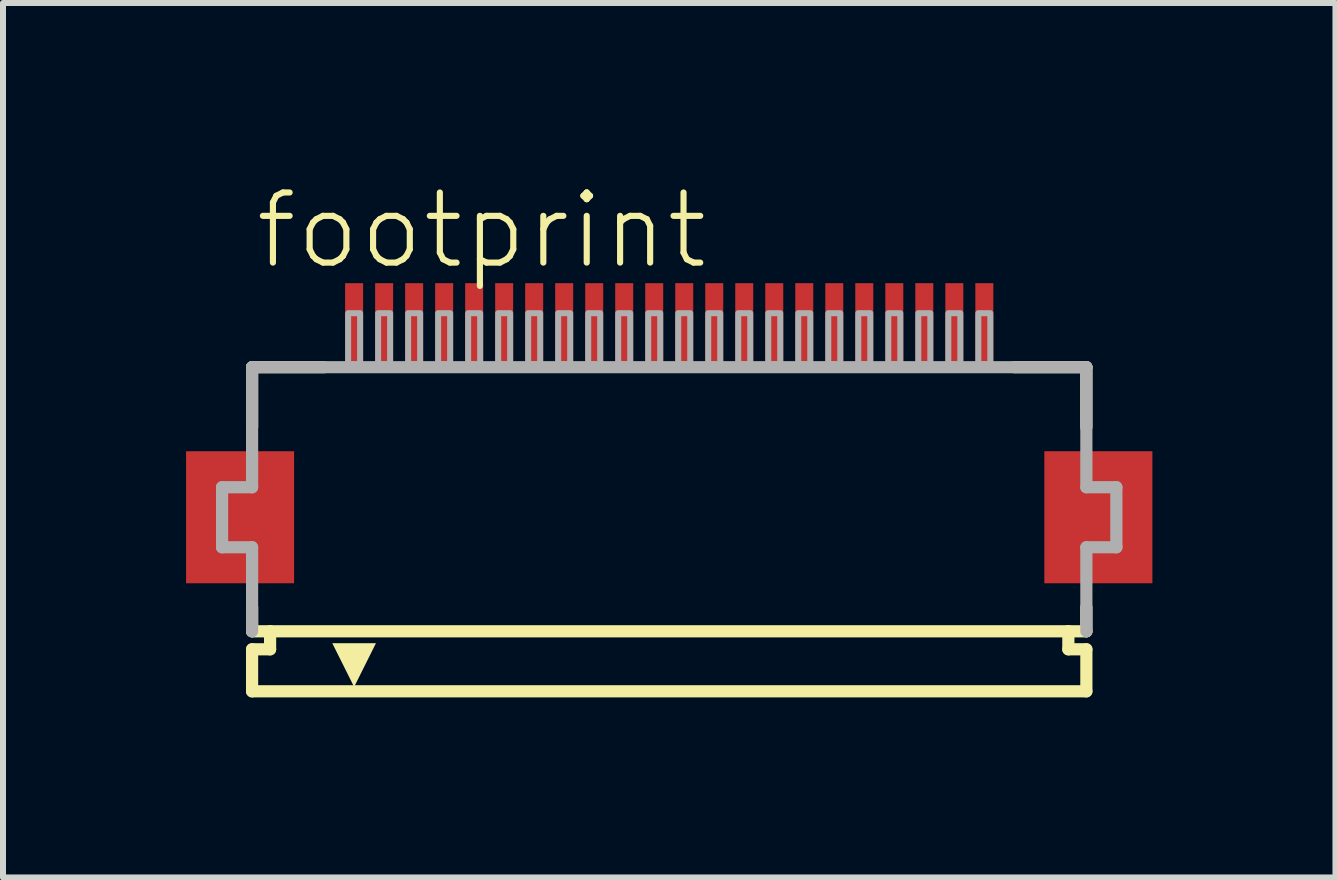
<source format=kicad_pcb>
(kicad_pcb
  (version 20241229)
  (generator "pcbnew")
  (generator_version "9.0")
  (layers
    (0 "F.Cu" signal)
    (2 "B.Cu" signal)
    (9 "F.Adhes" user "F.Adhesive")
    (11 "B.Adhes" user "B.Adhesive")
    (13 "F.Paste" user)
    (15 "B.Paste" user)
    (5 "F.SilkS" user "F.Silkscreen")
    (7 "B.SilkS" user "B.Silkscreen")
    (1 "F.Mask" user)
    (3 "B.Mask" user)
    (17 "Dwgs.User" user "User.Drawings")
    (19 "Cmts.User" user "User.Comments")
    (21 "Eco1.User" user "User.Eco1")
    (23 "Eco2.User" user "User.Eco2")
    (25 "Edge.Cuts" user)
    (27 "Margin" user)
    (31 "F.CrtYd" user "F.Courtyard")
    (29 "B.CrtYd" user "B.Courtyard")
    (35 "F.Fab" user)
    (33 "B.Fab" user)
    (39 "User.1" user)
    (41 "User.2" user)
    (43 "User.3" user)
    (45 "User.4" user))
  (footprint "footprint"
    (layer "F.Cu")
    (at 8.1 5.568)
    (property "Reference" "footprint" (at -6.948 -4.095 0) (layer "F.SilkS") (effects (font (size 1.168 1.168) (thickness 0.102)) (justify left bottom)))
    (fp_poly (pts (xy -6.25 -1.1) (xy -8.05 -1.1) (xy -8.05 1.1) (xy -6.25 1.1)) (stroke (width 0) (type solid)) (fill yes) (layer "F.Cu"))
    (fp_poly (pts (xy 8.05 -1.1) (xy 6.25 -1.1) (xy 6.25 1.1) (xy 8.05 1.1)) (stroke (width 0) (type solid)) (fill yes) (layer "F.Cu"))
    (fp_poly (pts (xy -6.2 -1.175) (xy -8.1 -1.175) (xy -8.1 1.175) (xy -6.2 1.175)) (stroke (width 0) (type solid)) (fill yes) (layer "F.Mask"))
    (fp_poly (pts (xy -5.45 -2.55) (xy -5.05 -2.55) (xy -5.05 -3.95) (xy -5.45 -3.95)) (stroke (width 0) (type solid)) (fill yes) (layer "F.Mask"))
    (fp_poly (pts (xy -4.95 -2.55) (xy -4.55 -2.55) (xy -4.55 -3.95) (xy -4.95 -3.95)) (stroke (width 0) (type solid)) (fill yes) (layer "F.Mask"))
    (fp_poly (pts (xy -4.45 -2.55) (xy -4.05 -2.55) (xy -4.05 -3.95) (xy -4.45 -3.95)) (stroke (width 0) (type solid)) (fill yes) (layer "F.Mask"))
    (fp_poly (pts (xy -3.95 -2.55) (xy -3.55 -2.55) (xy -3.55 -3.95) (xy -3.95 -3.95)) (stroke (width 0) (type solid)) (fill yes) (layer "F.Mask"))
    (fp_poly (pts (xy -3.45 -2.55) (xy -3.05 -2.55) (xy -3.05 -3.95) (xy -3.45 -3.95)) (stroke (width 0) (type solid)) (fill yes) (layer "F.Mask"))
    (fp_poly (pts (xy -2.95 -2.55) (xy -2.55 -2.55) (xy -2.55 -3.95) (xy -2.95 -3.95)) (stroke (width 0) (type solid)) (fill yes) (layer "F.Mask"))
    (fp_poly (pts (xy -2.45 -2.55) (xy -2.05 -2.55) (xy -2.05 -3.95) (xy -2.45 -3.95)) (stroke (width 0) (type solid)) (fill yes) (layer "F.Mask"))
    (fp_poly (pts (xy -1.95 -2.55) (xy -1.55 -2.55) (xy -1.55 -3.95) (xy -1.95 -3.95)) (stroke (width 0) (type solid)) (fill yes) (layer "F.Mask"))
    (fp_poly (pts (xy -1.45 -2.55) (xy -1.05 -2.55) (xy -1.05 -3.95) (xy -1.45 -3.95)) (stroke (width 0) (type solid)) (fill yes) (layer "F.Mask"))
    (fp_poly (pts (xy -0.95 -2.55) (xy -0.55 -2.55) (xy -0.55 -3.95) (xy -0.95 -3.95)) (stroke (width 0) (type solid)) (fill yes) (layer "F.Mask"))
    (fp_poly (pts (xy -0.45 -2.55) (xy -0.05 -2.55) (xy -0.05 -3.95) (xy -0.45 -3.95)) (stroke (width 0) (type solid)) (fill yes) (layer "F.Mask"))
    (fp_poly (pts (xy 0.05 -2.55) (xy 0.45 -2.55) (xy 0.45 -3.95) (xy 0.05 -3.95)) (stroke (width 0) (type solid)) (fill yes) (layer "F.Mask"))
    (fp_poly (pts (xy 0.55 -2.55) (xy 0.95 -2.55) (xy 0.95 -3.95) (xy 0.55 -3.95)) (stroke (width 0) (type solid)) (fill yes) (layer "F.Mask"))
    (fp_poly (pts (xy 1.05 -2.55) (xy 1.45 -2.55) (xy 1.45 -3.95) (xy 1.05 -3.95)) (stroke (width 0) (type solid)) (fill yes) (layer "F.Mask"))
    (fp_poly (pts (xy 1.55 -2.55) (xy 1.95 -2.55) (xy 1.95 -3.95) (xy 1.55 -3.95)) (stroke (width 0) (type solid)) (fill yes) (layer "F.Mask"))
    (fp_poly (pts (xy 2.05 -2.55) (xy 2.45 -2.55) (xy 2.45 -3.95) (xy 2.05 -3.95)) (stroke (width 0) (type solid)) (fill yes) (layer "F.Mask"))
    (fp_poly (pts (xy 2.55 -2.55) (xy 2.95 -2.55) (xy 2.95 -3.95) (xy 2.55 -3.95)) (stroke (width 0) (type solid)) (fill yes) (layer "F.Mask"))
    (fp_poly (pts (xy 3.05 -2.55) (xy 3.45 -2.55) (xy 3.45 -3.95) (xy 3.05 -3.95)) (stroke (width 0) (type solid)) (fill yes) (layer "F.Mask"))
    (fp_poly (pts (xy 3.55 -2.55) (xy 3.95 -2.55) (xy 3.95 -3.95) (xy 3.55 -3.95)) (stroke (width 0) (type solid)) (fill yes) (layer "F.Mask"))
    (fp_poly (pts (xy 4.05 -2.55) (xy 4.45 -2.55) (xy 4.45 -3.95) (xy 4.05 -3.95)) (stroke (width 0) (type solid)) (fill yes) (layer "F.Mask"))
    (fp_poly (pts (xy 4.55 -2.55) (xy 4.95 -2.55) (xy 4.95 -3.95) (xy 4.55 -3.95)) (stroke (width 0) (type solid)) (fill yes) (layer "F.Mask"))
    (fp_poly (pts (xy 5.05 -2.55) (xy 5.45 -2.55) (xy 5.45 -3.95) (xy 5.05 -3.95)) (stroke (width 0) (type solid)) (fill yes) (layer "F.Mask"))
    (fp_poly (pts (xy 8.1 -1.175) (xy 6.2 -1.175) (xy 6.2 1.175) (xy 8.1 1.175)) (stroke (width 0) (type solid)) (fill yes) (layer "F.Mask"))
    (fp_line (start -6.95 -2.5) (end -6.95 -1.5) (stroke (width 0.203) (type solid)) (layer "F.SilkS"))
    (fp_line (start -6.95 1.5) (end -6.95 1.9) (stroke (width 0.203) (type solid)) (layer "F.SilkS"))
    (fp_line (start -6.95 1.9) (end -6.65 1.9) (stroke (width 0.203) (type solid)) (layer "F.SilkS"))
    (fp_line (start -6.95 2.2) (end -6.95 2.9) (stroke (width 0.203) (type solid)) (layer "F.SilkS"))
    (fp_line (start -6.65 1.9) (end -6.65 2.2) (stroke (width 0.203) (type solid)) (layer "F.SilkS"))
    (fp_line (start -6.65 2.2) (end -6.95 2.2) (stroke (width 0.203) (type solid)) (layer "F.SilkS"))
    (fp_line (start -5.75 -2.5) (end -6.95 -2.5) (stroke (width 0.203) (type solid)) (layer "F.SilkS"))
    (fp_line (start 6.65 1.9) (end -6.65 1.9) (stroke (width 0.203) (type solid)) (layer "F.SilkS"))
    (fp_line (start 6.65 1.9) (end 6.95 1.9) (stroke (width 0.203) (type solid)) (layer "F.SilkS"))
    (fp_line (start 6.65 2.2) (end 6.65 1.9) (stroke (width 0.203) (type solid)) (layer "F.SilkS"))
    (fp_line (start 6.95 -2.5) (end 5.75 -2.5) (stroke (width 0.203) (type solid)) (layer "F.SilkS"))
    (fp_line (start 6.95 -1.5) (end 6.95 -2.5) (stroke (width 0.203) (type solid)) (layer "F.SilkS"))
    (fp_line (start 6.95 1.9) (end 6.95 1.5) (stroke (width 0.203) (type solid)) (layer "F.SilkS"))
    (fp_line (start 6.95 2.2) (end 6.65 2.2) (stroke (width 0.203) (type solid)) (layer "F.SilkS"))
    (fp_line (start 6.95 2.9) (end -6.95 2.9) (stroke (width 0.203) (type solid)) (layer "F.SilkS"))
    (fp_line (start 6.95 2.9) (end 6.95 2.2) (stroke (width 0.203) (type solid)) (layer "F.SilkS"))
    (fp_poly (pts (xy -5.25 2.827) (xy -5.614 2.098) (xy -4.886 2.098)) (stroke (width 0) (type solid)) (fill yes) (layer "F.SilkS"))
    (fp_poly (pts (xy -6.325 -1.025) (xy -7.975 -1.025) (xy -7.975 1.025) (xy -6.325 1.025)) (stroke (width 0) (type solid)) (fill yes) (layer "F.Paste"))
    (fp_poly (pts (xy -5.375 -2.625) (xy -5.125 -2.625) (xy -5.125 -3.875) (xy -5.375 -3.875)) (stroke (width 0) (type solid)) (fill yes) (layer "F.Paste"))
    (fp_poly (pts (xy -4.875 -2.625) (xy -4.625 -2.625) (xy -4.625 -3.875) (xy -4.875 -3.875)) (stroke (width 0) (type solid)) (fill yes) (layer "F.Paste"))
    (fp_poly (pts (xy -4.375 -2.625) (xy -4.125 -2.625) (xy -4.125 -3.875) (xy -4.375 -3.875)) (stroke (width 0) (type solid)) (fill yes) (layer "F.Paste"))
    (fp_poly (pts (xy -3.875 -2.625) (xy -3.625 -2.625) (xy -3.625 -3.875) (xy -3.875 -3.875)) (stroke (width 0) (type solid)) (fill yes) (layer "F.Paste"))
    (fp_poly (pts (xy -3.375 -2.625) (xy -3.125 -2.625) (xy -3.125 -3.875) (xy -3.375 -3.875)) (stroke (width 0) (type solid)) (fill yes) (layer "F.Paste"))
    (fp_poly (pts (xy -2.875 -2.625) (xy -2.625 -2.625) (xy -2.625 -3.875) (xy -2.875 -3.875)) (stroke (width 0) (type solid)) (fill yes) (layer "F.Paste"))
    (fp_poly (pts (xy -2.375 -2.625) (xy -2.125 -2.625) (xy -2.125 -3.875) (xy -2.375 -3.875)) (stroke (width 0) (type solid)) (fill yes) (layer "F.Paste"))
    (fp_poly (pts (xy -1.875 -2.625) (xy -1.625 -2.625) (xy -1.625 -3.875) (xy -1.875 -3.875)) (stroke (width 0) (type solid)) (fill yes) (layer "F.Paste"))
    (fp_poly (pts (xy -1.375 -2.625) (xy -1.125 -2.625) (xy -1.125 -3.875) (xy -1.375 -3.875)) (stroke (width 0) (type solid)) (fill yes) (layer "F.Paste"))
    (fp_poly (pts (xy -0.875 -2.625) (xy -0.625 -2.625) (xy -0.625 -3.875) (xy -0.875 -3.875)) (stroke (width 0) (type solid)) (fill yes) (layer "F.Paste"))
    (fp_poly (pts (xy -0.375 -2.625) (xy -0.125 -2.625) (xy -0.125 -3.875) (xy -0.375 -3.875)) (stroke (width 0) (type solid)) (fill yes) (layer "F.Paste"))
    (fp_poly (pts (xy 0.125 -2.625) (xy 0.375 -2.625) (xy 0.375 -3.875) (xy 0.125 -3.875)) (stroke (width 0) (type solid)) (fill yes) (layer "F.Paste"))
    (fp_poly (pts (xy 0.625 -2.625) (xy 0.875 -2.625) (xy 0.875 -3.875) (xy 0.625 -3.875)) (stroke (width 0) (type solid)) (fill yes) (layer "F.Paste"))
    (fp_poly (pts (xy 1.125 -2.625) (xy 1.375 -2.625) (xy 1.375 -3.875) (xy 1.125 -3.875)) (stroke (width 0) (type solid)) (fill yes) (layer "F.Paste"))
    (fp_poly (pts (xy 1.625 -2.625) (xy 1.875 -2.625) (xy 1.875 -3.875) (xy 1.625 -3.875)) (stroke (width 0) (type solid)) (fill yes) (layer "F.Paste"))
    (fp_poly (pts (xy 2.125 -2.625) (xy 2.375 -2.625) (xy 2.375 -3.875) (xy 2.125 -3.875)) (stroke (width 0) (type solid)) (fill yes) (layer "F.Paste"))
    (fp_poly (pts (xy 2.625 -2.625) (xy 2.875 -2.625) (xy 2.875 -3.875) (xy 2.625 -3.875)) (stroke (width 0) (type solid)) (fill yes) (layer "F.Paste"))
    (fp_poly (pts (xy 3.125 -2.625) (xy 3.375 -2.625) (xy 3.375 -3.875) (xy 3.125 -3.875)) (stroke (width 0) (type solid)) (fill yes) (layer "F.Paste"))
    (fp_poly (pts (xy 3.625 -2.625) (xy 3.875 -2.625) (xy 3.875 -3.875) (xy 3.625 -3.875)) (stroke (width 0) (type solid)) (fill yes) (layer "F.Paste"))
    (fp_poly (pts (xy 4.125 -2.625) (xy 4.375 -2.625) (xy 4.375 -3.875) (xy 4.125 -3.875)) (stroke (width 0) (type solid)) (fill yes) (layer "F.Paste"))
    (fp_poly (pts (xy 4.625 -2.625) (xy 4.875 -2.625) (xy 4.875 -3.875) (xy 4.625 -3.875)) (stroke (width 0) (type solid)) (fill yes) (layer "F.Paste"))
    (fp_poly (pts (xy 5.125 -2.625) (xy 5.375 -2.625) (xy 5.375 -3.875) (xy 5.125 -3.875)) (stroke (width 0) (type solid)) (fill yes) (layer "F.Paste"))
    (fp_poly (pts (xy 7.975 -1.025) (xy 6.325 -1.025) (xy 6.325 1.025) (xy 7.975 1.025)) (stroke (width 0) (type solid)) (fill yes) (layer "F.Paste"))
    (fp_line (start -7.45 -0.5) (end -7.45 0.5) (stroke (width 0.203) (type solid)) (layer "F.Fab"))
    (fp_line (start -7.45 0.5) (end -6.95 0.5) (stroke (width 0.203) (type solid)) (layer "F.Fab"))
    (fp_line (start -6.95 -2.5) (end -6.95 -0.5) (stroke (width 0.203) (type solid)) (layer "F.Fab"))
    (fp_line (start -6.95 -0.5) (end -7.45 -0.5) (stroke (width 0.203) (type solid)) (layer "F.Fab"))
    (fp_line (start -6.95 0.5) (end -6.95 1.9) (stroke (width 0.203) (type solid)) (layer "F.Fab"))
    (fp_line (start 6.95 -2.5) (end -6.95 -2.5) (stroke (width 0.203) (type solid)) (layer "F.Fab"))
    (fp_line (start 6.95 -0.5) (end 6.95 -2.5) (stroke (width 0.203) (type solid)) (layer "F.Fab"))
    (fp_line (start 6.95 0.5) (end 7.45 0.5) (stroke (width 0.203) (type solid)) (layer "F.Fab"))
    (fp_line (start 6.95 1.9) (end 6.95 0.5) (stroke (width 0.203) (type solid)) (layer "F.Fab"))
    (fp_line (start 7.45 -0.5) (end 6.95 -0.5) (stroke (width 0.203) (type solid)) (layer "F.Fab"))
    (fp_line (start 7.45 0.5) (end 7.45 -0.5) (stroke (width 0.203) (type solid)) (layer "F.Fab"))
    (fp_poly (pts (xy -5.35 -2.55) (xy -5.15 -2.55) (xy -5.15 -3.4) (xy -5.35 -3.4)) (stroke (width 0.1) (type solid)) (fill no) (layer "F.Fab"))
    (fp_poly (pts (xy -4.85 -2.55) (xy -4.65 -2.55) (xy -4.65 -3.4) (xy -4.85 -3.4)) (stroke (width 0.1) (type solid)) (fill no) (layer "F.Fab"))
    (fp_poly (pts (xy -4.35 -2.55) (xy -4.15 -2.55) (xy -4.15 -3.4) (xy -4.35 -3.4)) (stroke (width 0.1) (type solid)) (fill no) (layer "F.Fab"))
    (fp_poly (pts (xy -3.85 -2.55) (xy -3.65 -2.55) (xy -3.65 -3.4) (xy -3.85 -3.4)) (stroke (width 0.1) (type solid)) (fill no) (layer "F.Fab"))
    (fp_poly (pts (xy -3.35 -2.55) (xy -3.15 -2.55) (xy -3.15 -3.4) (xy -3.35 -3.4)) (stroke (width 0.1) (type solid)) (fill no) (layer "F.Fab"))
    (fp_poly (pts (xy -2.85 -2.55) (xy -2.65 -2.55) (xy -2.65 -3.4) (xy -2.85 -3.4)) (stroke (width 0.1) (type solid)) (fill no) (layer "F.Fab"))
    (fp_poly (pts (xy -2.35 -2.55) (xy -2.15 -2.55) (xy -2.15 -3.4) (xy -2.35 -3.4)) (stroke (width 0.1) (type solid)) (fill no) (layer "F.Fab"))
    (fp_poly (pts (xy -1.85 -2.55) (xy -1.65 -2.55) (xy -1.65 -3.4) (xy -1.85 -3.4)) (stroke (width 0.1) (type solid)) (fill no) (layer "F.Fab"))
    (fp_poly (pts (xy -1.35 -2.55) (xy -1.15 -2.55) (xy -1.15 -3.4) (xy -1.35 -3.4)) (stroke (width 0.1) (type solid)) (fill no) (layer "F.Fab"))
    (fp_poly (pts (xy -0.85 -2.55) (xy -0.65 -2.55) (xy -0.65 -3.4) (xy -0.85 -3.4)) (stroke (width 0.1) (type solid)) (fill no) (layer "F.Fab"))
    (fp_poly (pts (xy -0.35 -2.55) (xy -0.15 -2.55) (xy -0.15 -3.4) (xy -0.35 -3.4)) (stroke (width 0.1) (type solid)) (fill no) (layer "F.Fab"))
    (fp_poly (pts (xy 0.15 -2.55) (xy 0.35 -2.55) (xy 0.35 -3.4) (xy 0.15 -3.4)) (stroke (width 0.1) (type solid)) (fill no) (layer "F.Fab"))
    (fp_poly (pts (xy 0.65 -2.55) (xy 0.85 -2.55) (xy 0.85 -3.4) (xy 0.65 -3.4)) (stroke (width 0.1) (type solid)) (fill no) (layer "F.Fab"))
    (fp_poly (pts (xy 1.15 -2.55) (xy 1.35 -2.55) (xy 1.35 -3.4) (xy 1.15 -3.4)) (stroke (width 0.1) (type solid)) (fill no) (layer "F.Fab"))
    (fp_poly (pts (xy 1.65 -2.55) (xy 1.85 -2.55) (xy 1.85 -3.4) (xy 1.65 -3.4)) (stroke (width 0.1) (type solid)) (fill no) (layer "F.Fab"))
    (fp_poly (pts (xy 2.15 -2.55) (xy 2.35 -2.55) (xy 2.35 -3.4) (xy 2.15 -3.4)) (stroke (width 0.1) (type solid)) (fill no) (layer "F.Fab"))
    (fp_poly (pts (xy 2.65 -2.55) (xy 2.85 -2.55) (xy 2.85 -3.4) (xy 2.65 -3.4)) (stroke (width 0.1) (type solid)) (fill no) (layer "F.Fab"))
    (fp_poly (pts (xy 3.15 -2.55) (xy 3.35 -2.55) (xy 3.35 -3.4) (xy 3.15 -3.4)) (stroke (width 0.1) (type solid)) (fill no) (layer "F.Fab"))
    (fp_poly (pts (xy 3.65 -2.55) (xy 3.85 -2.55) (xy 3.85 -3.4) (xy 3.65 -3.4)) (stroke (width 0.1) (type solid)) (fill no) (layer "F.Fab"))
    (fp_poly (pts (xy 4.15 -2.55) (xy 4.35 -2.55) (xy 4.35 -3.4) (xy 4.15 -3.4)) (stroke (width 0.1) (type solid)) (fill no) (layer "F.Fab"))
    (fp_poly (pts (xy 4.65 -2.55) (xy 4.85 -2.55) (xy 4.85 -3.4) (xy 4.65 -3.4)) (stroke (width 0.1) (type solid)) (fill no) (layer "F.Fab"))
    (fp_poly (pts (xy 5.15 -2.55) (xy 5.35 -2.55) (xy 5.35 -3.4) (xy 5.15 -3.4)) (stroke (width 0.1) (type solid)) (fill no) (layer "F.Fab"))
    (pad "1" smd rect (at -5.25 -3.25) (size 0.3 1.3) (layers "F.Cu"))
    (pad "2" smd rect (at -4.75 -3.25) (size 0.3 1.3) (layers "F.Cu"))
    (pad "3" smd rect (at -4.25 -3.25) (size 0.3 1.3) (layers "F.Cu"))
    (pad "4" smd rect (at -3.75 -3.25) (size 0.3 1.3) (layers "F.Cu"))
    (pad "5" smd rect (at -3.25 -3.25) (size 0.3 1.3) (layers "F.Cu"))
    (pad "6" smd rect (at -2.75 -3.25) (size 0.3 1.3) (layers "F.Cu"))
    (pad "7" smd rect (at -2.25 -3.25) (size 0.3 1.3) (layers "F.Cu"))
    (pad "8" smd rect (at -1.75 -3.25) (size 0.3 1.3) (layers "F.Cu"))
    (pad "9" smd rect (at -1.25 -3.25) (size 0.3 1.3) (layers "F.Cu"))
    (pad "10" smd rect (at -0.75 -3.25) (size 0.3 1.3) (layers "F.Cu"))
    (pad "11" smd rect (at -0.25 -3.25) (size 0.3 1.3) (layers "F.Cu"))
    (pad "12" smd rect (at 0.25 -3.25) (size 0.3 1.3) (layers "F.Cu"))
    (pad "13" smd rect (at 0.75 -3.25) (size 0.3 1.3) (layers "F.Cu"))
    (pad "14" smd rect (at 1.25 -3.25) (size 0.3 1.3) (layers "F.Cu"))
    (pad "15" smd rect (at 1.75 -3.25) (size 0.3 1.3) (layers "F.Cu"))
    (pad "16" smd rect (at 2.25 -3.25) (size 0.3 1.3) (layers "F.Cu"))
    (pad "17" smd rect (at 2.75 -3.25) (size 0.3 1.3) (layers "F.Cu"))
    (pad "18" smd rect (at 3.25 -3.25) (size 0.3 1.3) (layers "F.Cu"))
    (pad "19" smd rect (at 3.75 -3.25) (size 0.3 1.3) (layers "F.Cu"))
    (pad "20" smd rect (at 4.25 -3.25) (size 0.3 1.3) (layers "F.Cu"))
    (pad "21" smd rect (at 4.75 -3.25) (size 0.3 1.3) (layers "F.Cu"))
    (pad "22" smd rect (at 5.25 -3.25) (size 0.3 1.3) (layers "F.Cu")))
  (gr_rect
    (start -3 -3)
    (end 19.2 11.57)
    (stroke (width 0.1) (type default))
    (fill no)
    (layer "Edge.Cuts")))
</source>
